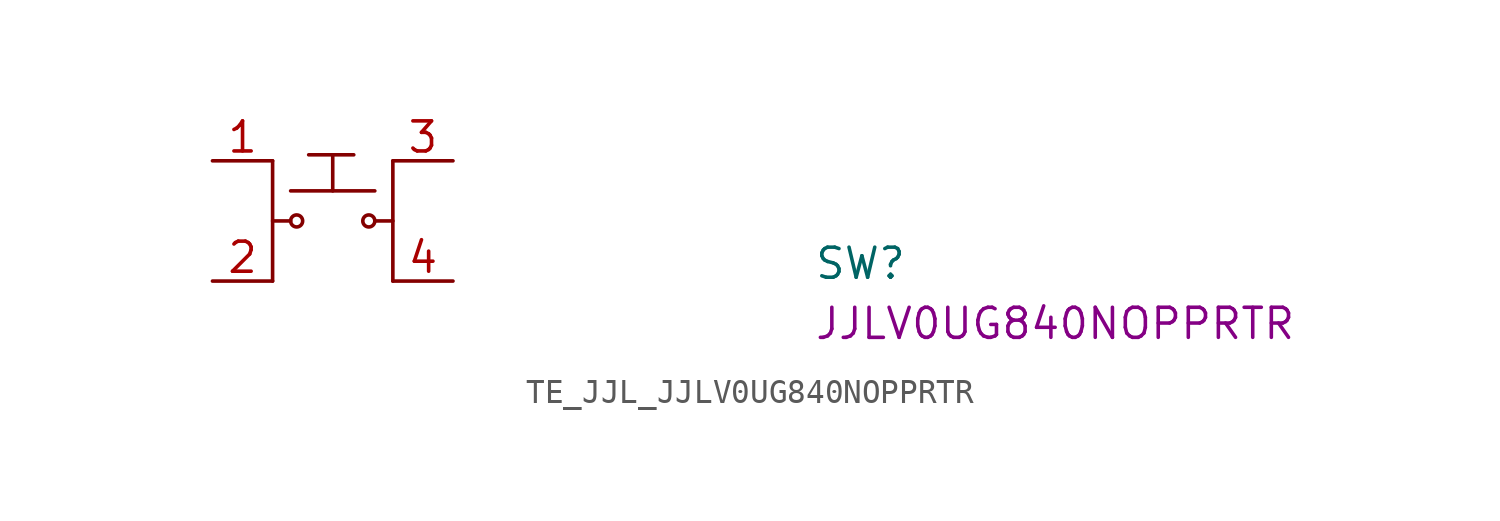
<source format=kicad_sym>
(kicad_symbol_lib
  (version 20220914)
  (generator kicad_symbol_editor)
  (symbol "TE_JJL_JJLV0UG840NOPPRTR"
    (pin_names hide)
    (property "Reference" "SW"
      (at 25.4 -5.08 0)
      (effects (font (size 1.27 1.27) (thickness 0.15)) (justify left bottom)))
    (property "MPN" "JJLV0UG840NOPPRTR"
      (at 25.4 -7.62 0)
      (effects (font (size 1.27 1.27) (thickness 0.15)) (justify left bottom)))
    (symbol "TE_JJL_JJLV0UG840NOPPRTR_1_1"
      (polyline (pts (xy 2.54 0) (xy 2.54 -5.08)) (stroke (width 0) (type default)) (fill (type none)))
      (polyline (pts (xy 3.302 -2.54) (xy 2.54 -2.54)) (stroke (width 0) (type default)) (fill (type none)))
      (polyline (pts (xy 3.302 -1.27) (xy 6.858 -1.27)) (stroke (width 0) (type default)) (fill (type none)))
      (polyline (pts (xy 4.064 0.254) (xy 5.969 0.254)) (stroke (width 0) (type default)) (fill (type none)))
      (polyline (pts (xy 5.08 0.254) (xy 5.08 -1.27)) (stroke (width 0) (type default)) (fill (type none)))
      (polyline (pts (xy 7.62 -5.08) (xy 7.62 0)) (stroke (width 0) (type default)) (fill (type none)))
      (polyline (pts (xy 7.62 -2.54) (xy 6.858 -2.54)) (stroke (width 0) (type default)) (fill (type none)))
      (circle (center 3.556 -2.54) (radius 0.254) (stroke (width 0) (type default)) (fill (type none)))
      (circle (center 6.604 -2.54) (radius 0.254) (stroke (width 0) (type default)) (fill (type none)))
      (pin passive line (at 0 0 0) (length 2.54) (name "1" (effects (font (size 1.27 1.27)))) (number "1" (effects (font (size 1.27 1.27)))))
      (pin passive line (at 0 -5.08 0) (length 2.54) (name "2" (effects (font (size 1.27 1.27)))) (number "2" (effects (font (size 1.27 1.27)))))
      (pin passive line (at 10.16 0 180) (length 2.54) (name "3" (effects (font (size 1.27 1.27)))) (number "3" (effects (font (size 1.27 1.27)))))
      (pin passive line (at 10.16 -5.08 180) (length 2.54) (name "4" (effects (font (size 1.27 1.27)))) (number "4" (effects (font (size 1.27 1.27))))))))
</source>
